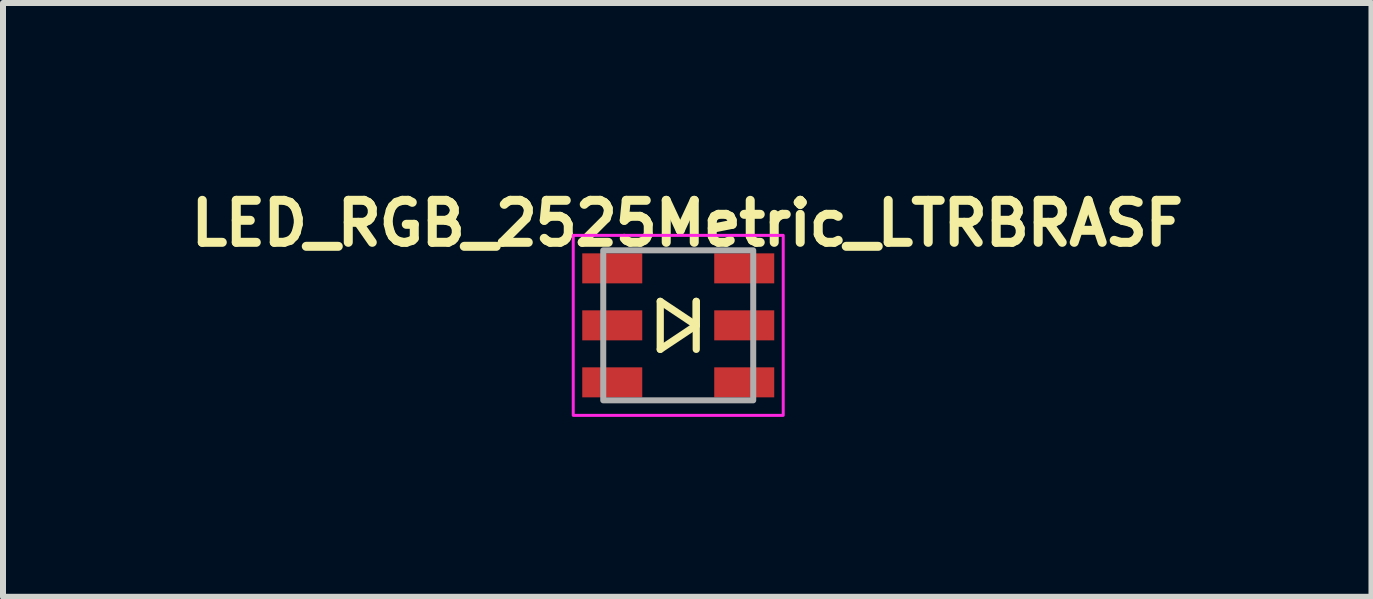
<source format=kicad_pcb>
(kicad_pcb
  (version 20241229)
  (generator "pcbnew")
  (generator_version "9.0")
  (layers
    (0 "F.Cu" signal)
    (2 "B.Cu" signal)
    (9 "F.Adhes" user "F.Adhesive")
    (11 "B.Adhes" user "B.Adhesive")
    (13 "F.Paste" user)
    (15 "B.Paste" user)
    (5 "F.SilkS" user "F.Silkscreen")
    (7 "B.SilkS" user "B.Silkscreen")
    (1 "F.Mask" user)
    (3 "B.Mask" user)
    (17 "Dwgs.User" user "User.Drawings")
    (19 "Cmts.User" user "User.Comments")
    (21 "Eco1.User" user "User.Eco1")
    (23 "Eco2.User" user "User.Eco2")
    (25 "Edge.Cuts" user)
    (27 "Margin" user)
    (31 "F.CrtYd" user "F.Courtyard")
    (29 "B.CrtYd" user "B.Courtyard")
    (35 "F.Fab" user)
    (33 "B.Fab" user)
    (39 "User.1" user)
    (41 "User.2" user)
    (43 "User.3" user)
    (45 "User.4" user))
  (footprint "LED_RGB_2525Metric_LTRBRASF"
    (layer "F.Cu")
    (at 8.255 2.373)
    (property "Reference" "LED_RGB_2525Metric_LTRBRASF" (at 0.15 -1.7 180) (layer "F.SilkS") (effects (font (size 0.7 0.7) (thickness 0.15))))
    (attr smd)
    (fp_line (start -0.3 -0.4) (end 0.3 0) (stroke (width 0.12) (type default)) (layer "F.SilkS"))
    (fp_line (start -0.3 0.4) (end -0.3 -0.4) (stroke (width 0.12) (type default)) (layer "F.SilkS"))
    (fp_line (start 0.3 -0.4) (end 0.3 0) (stroke (width 0.12) (type default)) (layer "F.SilkS"))
    (fp_line (start 0.3 0) (end -0.3 0.4) (stroke (width 0.12) (type default)) (layer "F.SilkS"))
    (fp_line (start 0.3 0) (end 0.3 -0.4) (stroke (width 0.12) (type default)) (layer "F.SilkS"))
    (fp_line (start 0.3 0) (end 0.3 0.4) (stroke (width 0.12) (type default)) (layer "F.SilkS"))
    (fp_rect (start 1.75 -1.5) (end -1.75 1.5) (stroke (width 0.05) (type default)) (fill no) (layer "F.CrtYd"))
    (fp_rect (start -1.25 -1.25) (end 1.25 1.25) (stroke (width 0.1) (type default)) (fill no) (layer "F.Fab"))
    (pad "1" smd rect (at -1.1 -0.95 270) (size 0.5 1) (layers "F.Cu" "F.Mask" "F.Paste"))
    (pad "2" smd rect (at -1.1 0 270) (size 0.5 1) (layers "F.Cu" "F.Mask" "F.Paste"))
    (pad "3" smd rect (at -1.1 0.95 270) (size 0.5 1) (layers "F.Cu" "F.Mask" "F.Paste"))
    (pad "4" smd rect (at 1.1 0.95 270) (size 0.5 1) (layers "F.Cu" "F.Mask" "F.Paste"))
    (pad "5" smd rect (at 1.1 0 270) (size 0.5 1) (layers "F.Cu" "F.Mask" "F.Paste"))
    (pad "6" smd rect (at 1.1 -0.95 270) (size 0.5 1) (layers "F.Cu" "F.Mask" "F.Paste")))
  (gr_rect
    (start -3 -3)
    (end 19.81 6.898)
    (stroke (width 0.1) (type default))
    (fill no)
    (layer "Edge.Cuts")))
</source>
